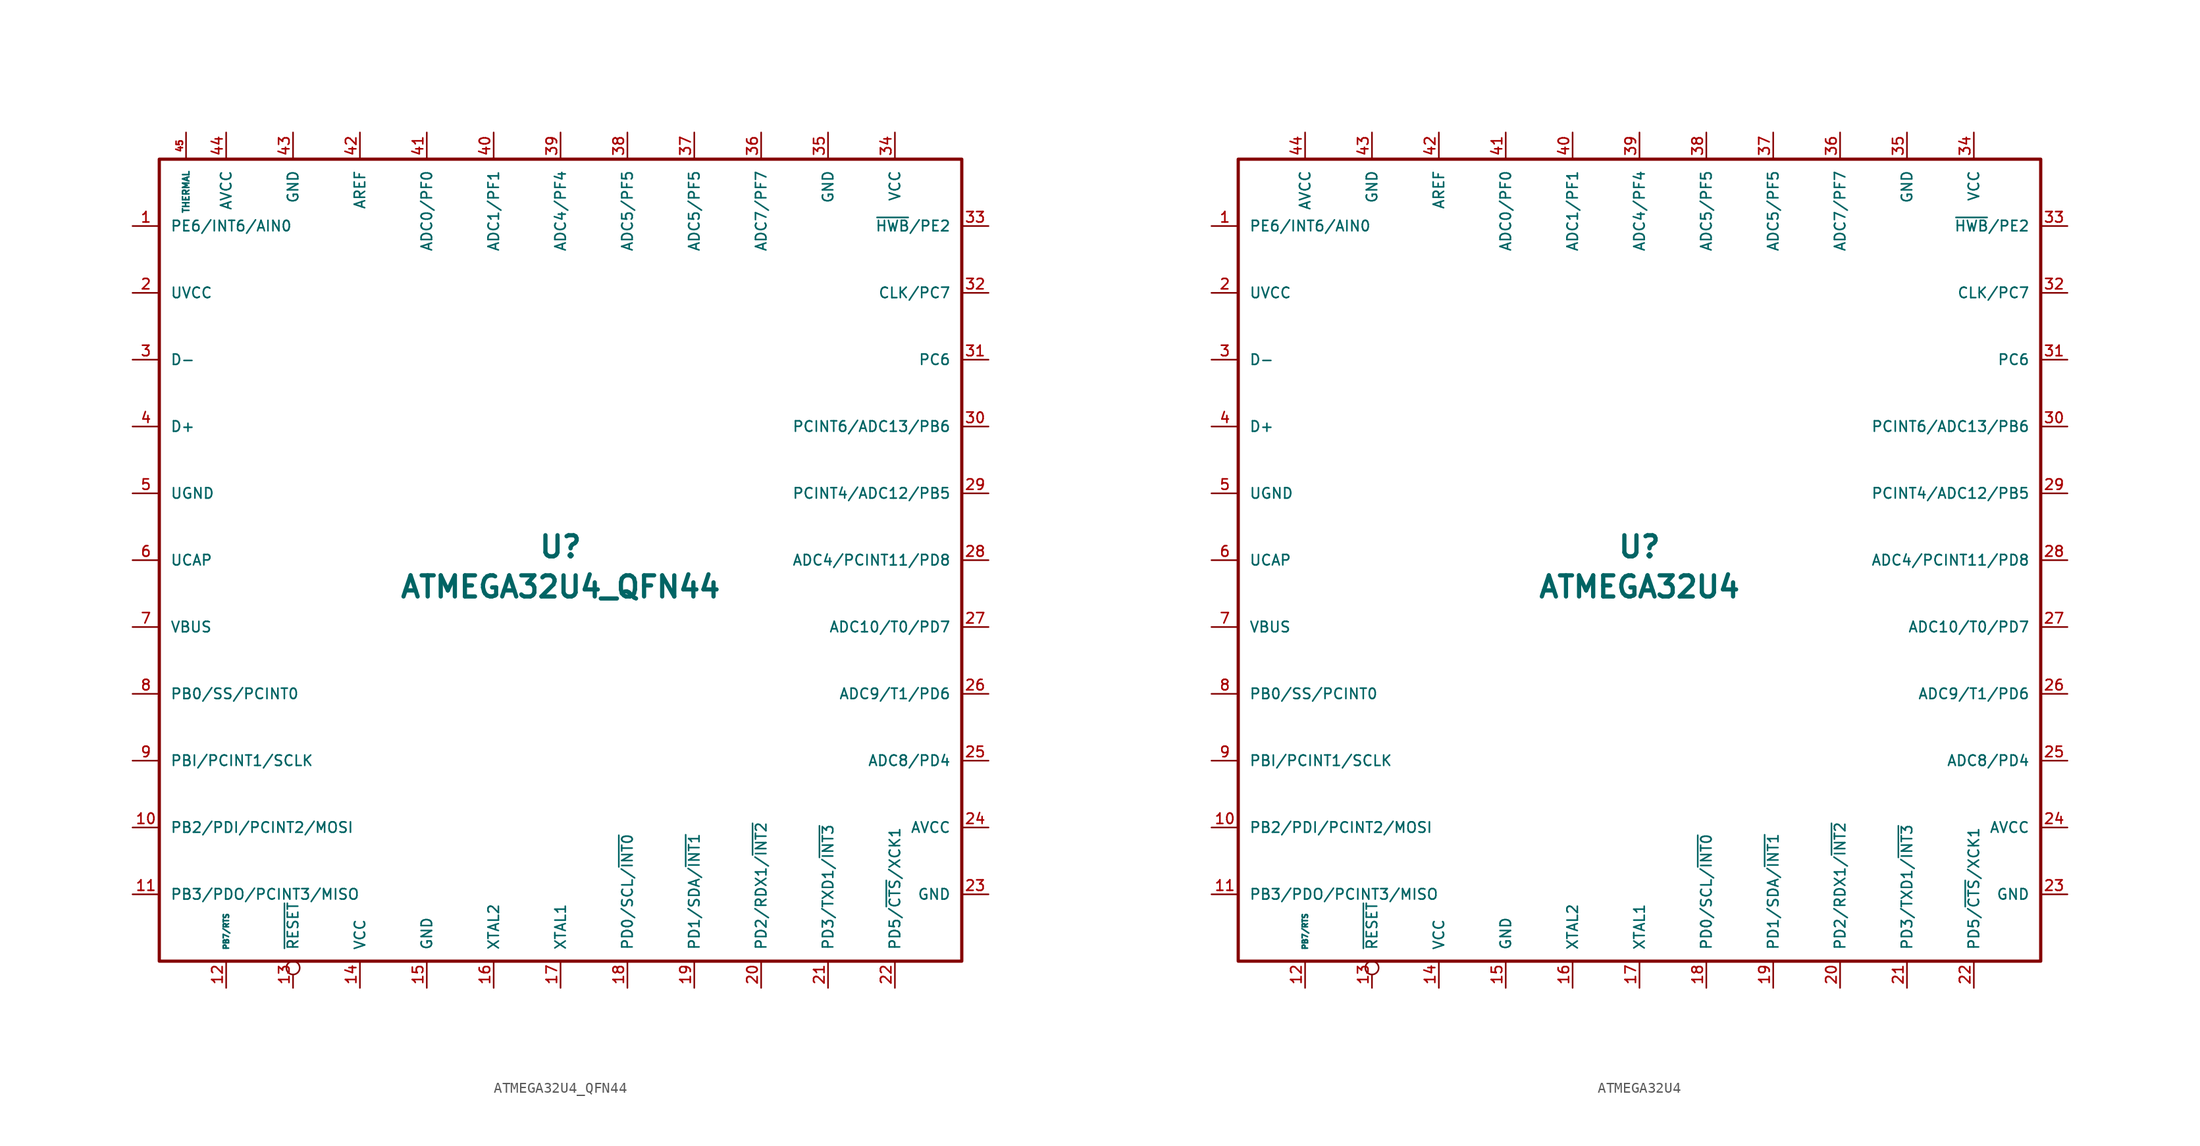
<source format=kicad_sym>
(kicad_symbol_lib
  (version 20201005)
  (generator kicad_symbol_editor)
  (symbol "acheronSymbols:ATMEGA32U4_QFN44"
    (pin_names
      (offset 1.016))
    (property "Reference" "U"
      (at 0 1.27 0)
      (effects (font (size 2.007 2.007) bold)))
    (property "Value" "ATMEGA32U4_QFN44"
      (at 0 -2.54 0)
      (effects (font (size 2.007 2.007) bold)))
    (symbol "ATMEGA32U4_QFN44_0_1"
      (rectangle (start -38.1 38.1) (end 38.1 -38.1) (stroke (width 0.305)) (fill (type none))))
    (symbol "ATMEGA32U4_QFN44_1_1"
      (pin bidirectional line (at -40.64 31.75 0) (length 2.54) (name "PE6/INT6/AIN0" (effects (font (size 0.991 0.991)))) (number "1" (effects (font (size 0.991 0.991)))))
      (pin bidirectional line (at -40.64 -25.4 0) (length 2.54) (name "PB2/PDI/PCINT2/MOSI" (effects (font (size 0.991 0.991)))) (number "10" (effects (font (size 0.991 0.991)))))
      (pin bidirectional line (at -40.64 -31.75 0) (length 2.54) (name "PB3/PDO/PCINT3/MISO" (effects (font (size 0.991 0.991)))) (number "11" (effects (font (size 0.991 0.991)))))
      (pin bidirectional line (at -31.75 -40.64 90) (length 2.54) (name "PB7/RTS" (effects (font (size 0.508 0.508)))) (number "12" (effects (font (size 0.991 0.991)))))
      (pin input inverted (at -25.4 -40.64 90) (length 2.54) (name "~RESET~" (effects (font (size 0.991 0.991)))) (number "13" (effects (font (size 0.991 0.991)))))
      (pin power_in line (at -19.05 -40.64 90) (length 2.54) (name "VCC" (effects (font (size 0.991 0.991)))) (number "14" (effects (font (size 0.991 0.991)))))
      (pin power_in line (at -12.7 -40.64 90) (length 2.54) (name "GND" (effects (font (size 0.991 0.991)))) (number "15" (effects (font (size 0.991 0.991)))))
      (pin input line (at -6.35 -40.64 90) (length 2.54) (name "XTAL2" (effects (font (size 0.991 0.991)))) (number "16" (effects (font (size 0.991 0.991)))))
      (pin input line (at 0 -40.64 90) (length 2.54) (name "XTAL1" (effects (font (size 0.991 0.991)))) (number "17" (effects (font (size 0.991 0.991)))))
      (pin bidirectional line (at 6.35 -40.64 90) (length 2.54) (name "PD0/SCL/~INT0~" (effects (font (size 0.991 0.991)))) (number "18" (effects (font (size 0.991 0.991)))))
      (pin bidirectional line (at 12.7 -40.64 90) (length 2.54) (name "PD1/SDA/~INT1~" (effects (font (size 0.991 0.991)))) (number "19" (effects (font (size 0.991 0.991)))))
      (pin power_in line (at -40.64 25.4 0) (length 2.54) (name "UVCC" (effects (font (size 0.991 0.991)))) (number "2" (effects (font (size 0.991 0.991)))))
      (pin bidirectional line (at 19.05 -40.64 90) (length 2.54) (name "PD2/RDX1/~INT2~" (effects (font (size 0.991 0.991)))) (number "20" (effects (font (size 0.991 0.991)))))
      (pin bidirectional line (at 25.4 -40.64 90) (length 2.54) (name "PD3/TXD1/~INT3~" (effects (font (size 0.991 0.991)))) (number "21" (effects (font (size 0.991 0.991)))))
      (pin bidirectional line (at 31.75 -40.64 90) (length 2.54) (name "PD5/~CTS~/XCK1" (effects (font (size 0.991 0.991)))) (number "22" (effects (font (size 0.991 0.991)))))
      (pin power_in line (at 40.64 -31.75 180) (length 2.54) (name "GND" (effects (font (size 0.991 0.991)))) (number "23" (effects (font (size 0.991 0.991)))))
      (pin power_in line (at 40.64 -25.4 180) (length 2.54) (name "AVCC" (effects (font (size 0.991 0.991)))) (number "24" (effects (font (size 0.991 0.991)))))
      (pin bidirectional line (at 40.64 -19.05 180) (length 2.54) (name "ADC8/PD4" (effects (font (size 0.991 0.991)))) (number "25" (effects (font (size 0.991 0.991)))))
      (pin bidirectional line (at 40.64 -12.7 180) (length 2.54) (name "ADC9/T1/PD6" (effects (font (size 0.991 0.991)))) (number "26" (effects (font (size 0.991 0.991)))))
      (pin bidirectional line (at 40.64 -6.35 180) (length 2.54) (name "ADC10/T0/PD7" (effects (font (size 0.991 0.991)))) (number "27" (effects (font (size 0.991 0.991)))))
      (pin bidirectional line (at 40.64 0 180) (length 2.54) (name "ADC4/PCINT11/PD8" (effects (font (size 0.991 0.991)))) (number "28" (effects (font (size 0.991 0.991)))))
      (pin bidirectional line (at 40.64 6.35 180) (length 2.54) (name "PCINT4/ADC12/PB5" (effects (font (size 0.991 0.991)))) (number "29" (effects (font (size 0.991 0.991)))))
      (pin bidirectional line (at -40.64 19.05 0) (length 2.54) (name "D-" (effects (font (size 0.991 0.991)))) (number "3" (effects (font (size 0.991 0.991)))))
      (pin bidirectional line (at 40.64 12.7 180) (length 2.54) (name "PCINT6/ADC13/PB6" (effects (font (size 0.991 0.991)))) (number "30" (effects (font (size 0.991 0.991)))))
      (pin bidirectional line (at 40.64 19.05 180) (length 2.54) (name "PC6" (effects (font (size 0.991 0.991)))) (number "31" (effects (font (size 0.991 0.991)))))
      (pin bidirectional line (at 40.64 25.4 180) (length 2.54) (name "CLK/PC7" (effects (font (size 0.991 0.991)))) (number "32" (effects (font (size 0.991 0.991)))))
      (pin bidirectional line (at 40.64 31.75 180) (length 2.54) (name "~HWB~/PE2" (effects (font (size 0.991 0.991)))) (number "33" (effects (font (size 0.991 0.991)))))
      (pin power_in line (at 31.75 40.64 270) (length 2.54) (name "VCC" (effects (font (size 0.991 0.991)))) (number "34" (effects (font (size 0.991 0.991)))))
      (pin power_in line (at 25.4 40.64 270) (length 2.54) (name "GND" (effects (font (size 0.991 0.991)))) (number "35" (effects (font (size 0.991 0.991)))))
      (pin bidirectional line (at 19.05 40.64 270) (length 2.54) (name "ADC7/PF7" (effects (font (size 0.991 0.991)))) (number "36" (effects (font (size 0.991 0.991)))))
      (pin bidirectional line (at 12.7 40.64 270) (length 2.54) (name "ADC5/PF5" (effects (font (size 0.991 0.991)))) (number "37" (effects (font (size 0.991 0.991)))))
      (pin bidirectional line (at 6.35 40.64 270) (length 2.54) (name "ADC5/PF5" (effects (font (size 0.991 0.991)))) (number "38" (effects (font (size 0.991 0.991)))))
      (pin bidirectional line (at 0 40.64 270) (length 2.54) (name "ADC4/PF4" (effects (font (size 0.991 0.991)))) (number "39" (effects (font (size 0.991 0.991)))))
      (pin bidirectional line (at -40.64 12.7 0) (length 2.54) (name "D+" (effects (font (size 0.991 0.991)))) (number "4" (effects (font (size 0.991 0.991)))))
      (pin bidirectional line (at -6.35 40.64 270) (length 2.54) (name "ADC1/PF1" (effects (font (size 0.991 0.991)))) (number "40" (effects (font (size 0.991 0.991)))))
      (pin bidirectional line (at -12.7 40.64 270) (length 2.54) (name "ADC0/PF0" (effects (font (size 0.991 0.991)))) (number "41" (effects (font (size 0.991 0.991)))))
      (pin input line (at -19.05 40.64 270) (length 2.54) (name "AREF" (effects (font (size 0.991 0.991)))) (number "42" (effects (font (size 0.991 0.991)))))
      (pin power_in line (at -25.4 40.64 270) (length 2.54) (name "GND" (effects (font (size 0.991 0.991)))) (number "43" (effects (font (size 0.991 0.991)))))
      (pin power_in line (at -31.75 40.64 270) (length 2.54) (name "AVCC" (effects (font (size 0.991 0.991)))) (number "44" (effects (font (size 0.991 0.991)))))
      (pin input line (at -35.56 40.64 270) (length 2.54) (name "THERMAL" (effects (font (size 0.61 0.61)))) (number "45" (effects (font (size 0.61 0.61)))))
      (pin power_in line (at -40.64 6.35 0) (length 2.54) (name "UGND" (effects (font (size 0.991 0.991)))) (number "5" (effects (font (size 0.991 0.991)))))
      (pin input line (at -40.64 0 0) (length 2.54) (name "UCAP" (effects (font (size 0.991 0.991)))) (number "6" (effects (font (size 0.991 0.991)))))
      (pin power_in line (at -40.64 -6.35 0) (length 2.54) (name "VBUS" (effects (font (size 0.991 0.991)))) (number "7" (effects (font (size 0.991 0.991)))))
      (pin bidirectional line (at -40.64 -12.7 0) (length 2.54) (name "PB0/SS/PCINT0" (effects (font (size 0.991 0.991)))) (number "8" (effects (font (size 0.991 0.991)))))
      (pin bidirectional line (at -40.64 -19.05 0) (length 2.54) (name "PBI/PCINT1/SCLK" (effects (font (size 0.991 0.991)))) (number "9" (effects (font (size 0.991 0.991)))))))
  (symbol "acheronSymbols:ATMEGA32U4"
    (pin_names
      (offset 1.016))
    (property "Reference" "U"
      (at 0 1.27 0)
      (effects (font (size 2.007 2.007) bold)))
    (property "Value" "ATMEGA32U4"
      (at 0 -2.54 0)
      (effects (font (size 2.007 2.007) bold)))
    (symbol "ATMEGA32U4_0_1"
      (rectangle (start -38.1 38.1) (end 38.1 -38.1) (stroke (width 0.305)) (fill (type none))))
    (symbol "ATMEGA32U4_1_1"
      (pin bidirectional line (at -40.64 31.75 0) (length 2.54) (name "PE6/INT6/AIN0" (effects (font (size 0.991 0.991)))) (number "1" (effects (font (size 0.991 0.991)))))
      (pin bidirectional line (at -40.64 -25.4 0) (length 2.54) (name "PB2/PDI/PCINT2/MOSI" (effects (font (size 0.991 0.991)))) (number "10" (effects (font (size 0.991 0.991)))))
      (pin bidirectional line (at -40.64 -31.75 0) (length 2.54) (name "PB3/PDO/PCINT3/MISO" (effects (font (size 0.991 0.991)))) (number "11" (effects (font (size 0.991 0.991)))))
      (pin bidirectional line (at -31.75 -40.64 90) (length 2.54) (name "PB7/RTS" (effects (font (size 0.508 0.508)))) (number "12" (effects (font (size 0.991 0.991)))))
      (pin input inverted (at -25.4 -40.64 90) (length 2.54) (name "~RESET~" (effects (font (size 0.991 0.991)))) (number "13" (effects (font (size 0.991 0.991)))))
      (pin power_in line (at -19.05 -40.64 90) (length 2.54) (name "VCC" (effects (font (size 0.991 0.991)))) (number "14" (effects (font (size 0.991 0.991)))))
      (pin power_in line (at -12.7 -40.64 90) (length 2.54) (name "GND" (effects (font (size 0.991 0.991)))) (number "15" (effects (font (size 0.991 0.991)))))
      (pin input line (at -6.35 -40.64 90) (length 2.54) (name "XTAL2" (effects (font (size 0.991 0.991)))) (number "16" (effects (font (size 0.991 0.991)))))
      (pin input line (at 0 -40.64 90) (length 2.54) (name "XTAL1" (effects (font (size 0.991 0.991)))) (number "17" (effects (font (size 0.991 0.991)))))
      (pin bidirectional line (at 6.35 -40.64 90) (length 2.54) (name "PD0/SCL/~INT0~" (effects (font (size 0.991 0.991)))) (number "18" (effects (font (size 0.991 0.991)))))
      (pin bidirectional line (at 12.7 -40.64 90) (length 2.54) (name "PD1/SDA/~INT1~" (effects (font (size 0.991 0.991)))) (number "19" (effects (font (size 0.991 0.991)))))
      (pin power_in line (at -40.64 25.4 0) (length 2.54) (name "UVCC" (effects (font (size 0.991 0.991)))) (number "2" (effects (font (size 0.991 0.991)))))
      (pin bidirectional line (at 19.05 -40.64 90) (length 2.54) (name "PD2/RDX1/~INT2~" (effects (font (size 0.991 0.991)))) (number "20" (effects (font (size 0.991 0.991)))))
      (pin bidirectional line (at 25.4 -40.64 90) (length 2.54) (name "PD3/TXD1/~INT3~" (effects (font (size 0.991 0.991)))) (number "21" (effects (font (size 0.991 0.991)))))
      (pin bidirectional line (at 31.75 -40.64 90) (length 2.54) (name "PD5/~CTS~/XCK1" (effects (font (size 0.991 0.991)))) (number "22" (effects (font (size 0.991 0.991)))))
      (pin power_in line (at 40.64 -31.75 180) (length 2.54) (name "GND" (effects (font (size 0.991 0.991)))) (number "23" (effects (font (size 0.991 0.991)))))
      (pin power_in line (at 40.64 -25.4 180) (length 2.54) (name "AVCC" (effects (font (size 0.991 0.991)))) (number "24" (effects (font (size 0.991 0.991)))))
      (pin bidirectional line (at 40.64 -19.05 180) (length 2.54) (name "ADC8/PD4" (effects (font (size 0.991 0.991)))) (number "25" (effects (font (size 0.991 0.991)))))
      (pin bidirectional line (at 40.64 -12.7 180) (length 2.54) (name "ADC9/T1/PD6" (effects (font (size 0.991 0.991)))) (number "26" (effects (font (size 0.991 0.991)))))
      (pin bidirectional line (at 40.64 -6.35 180) (length 2.54) (name "ADC10/T0/PD7" (effects (font (size 0.991 0.991)))) (number "27" (effects (font (size 0.991 0.991)))))
      (pin bidirectional line (at 40.64 0 180) (length 2.54) (name "ADC4/PCINT11/PD8" (effects (font (size 0.991 0.991)))) (number "28" (effects (font (size 0.991 0.991)))))
      (pin bidirectional line (at 40.64 6.35 180) (length 2.54) (name "PCINT4/ADC12/PB5" (effects (font (size 0.991 0.991)))) (number "29" (effects (font (size 0.991 0.991)))))
      (pin bidirectional line (at -40.64 19.05 0) (length 2.54) (name "D-" (effects (font (size 0.991 0.991)))) (number "3" (effects (font (size 0.991 0.991)))))
      (pin bidirectional line (at 40.64 12.7 180) (length 2.54) (name "PCINT6/ADC13/PB6" (effects (font (size 0.991 0.991)))) (number "30" (effects (font (size 0.991 0.991)))))
      (pin bidirectional line (at 40.64 19.05 180) (length 2.54) (name "PC6" (effects (font (size 0.991 0.991)))) (number "31" (effects (font (size 0.991 0.991)))))
      (pin bidirectional line (at 40.64 25.4 180) (length 2.54) (name "CLK/PC7" (effects (font (size 0.991 0.991)))) (number "32" (effects (font (size 0.991 0.991)))))
      (pin bidirectional line (at 40.64 31.75 180) (length 2.54) (name "~HWB~/PE2" (effects (font (size 0.991 0.991)))) (number "33" (effects (font (size 0.991 0.991)))))
      (pin power_in line (at 31.75 40.64 270) (length 2.54) (name "VCC" (effects (font (size 0.991 0.991)))) (number "34" (effects (font (size 0.991 0.991)))))
      (pin power_in line (at 25.4 40.64 270) (length 2.54) (name "GND" (effects (font (size 0.991 0.991)))) (number "35" (effects (font (size 0.991 0.991)))))
      (pin bidirectional line (at 19.05 40.64 270) (length 2.54) (name "ADC7/PF7" (effects (font (size 0.991 0.991)))) (number "36" (effects (font (size 0.991 0.991)))))
      (pin bidirectional line (at 12.7 40.64 270) (length 2.54) (name "ADC5/PF5" (effects (font (size 0.991 0.991)))) (number "37" (effects (font (size 0.991 0.991)))))
      (pin bidirectional line (at 6.35 40.64 270) (length 2.54) (name "ADC5/PF5" (effects (font (size 0.991 0.991)))) (number "38" (effects (font (size 0.991 0.991)))))
      (pin bidirectional line (at 0 40.64 270) (length 2.54) (name "ADC4/PF4" (effects (font (size 0.991 0.991)))) (number "39" (effects (font (size 0.991 0.991)))))
      (pin bidirectional line (at -40.64 12.7 0) (length 2.54) (name "D+" (effects (font (size 0.991 0.991)))) (number "4" (effects (font (size 0.991 0.991)))))
      (pin bidirectional line (at -6.35 40.64 270) (length 2.54) (name "ADC1/PF1" (effects (font (size 0.991 0.991)))) (number "40" (effects (font (size 0.991 0.991)))))
      (pin bidirectional line (at -12.7 40.64 270) (length 2.54) (name "ADC0/PF0" (effects (font (size 0.991 0.991)))) (number "41" (effects (font (size 0.991 0.991)))))
      (pin input line (at -19.05 40.64 270) (length 2.54) (name "AREF" (effects (font (size 0.991 0.991)))) (number "42" (effects (font (size 0.991 0.991)))))
      (pin power_in line (at -25.4 40.64 270) (length 2.54) (name "GND" (effects (font (size 0.991 0.991)))) (number "43" (effects (font (size 0.991 0.991)))))
      (pin power_in line (at -31.75 40.64 270) (length 2.54) (name "AVCC" (effects (font (size 0.991 0.991)))) (number "44" (effects (font (size 0.991 0.991)))))
      (pin power_in line (at -40.64 6.35 0) (length 2.54) (name "UGND" (effects (font (size 0.991 0.991)))) (number "5" (effects (font (size 0.991 0.991)))))
      (pin input line (at -40.64 0 0) (length 2.54) (name "UCAP" (effects (font (size 0.991 0.991)))) (number "6" (effects (font (size 0.991 0.991)))))
      (pin power_in line (at -40.64 -6.35 0) (length 2.54) (name "VBUS" (effects (font (size 0.991 0.991)))) (number "7" (effects (font (size 0.991 0.991)))))
      (pin bidirectional line (at -40.64 -12.7 0) (length 2.54) (name "PB0/SS/PCINT0" (effects (font (size 0.991 0.991)))) (number "8" (effects (font (size 0.991 0.991)))))
      (pin bidirectional line (at -40.64 -19.05 0) (length 2.54) (name "PBI/PCINT1/SCLK" (effects (font (size 0.991 0.991)))) (number "9" (effects (font (size 0.991 0.991))))))))
</source>
